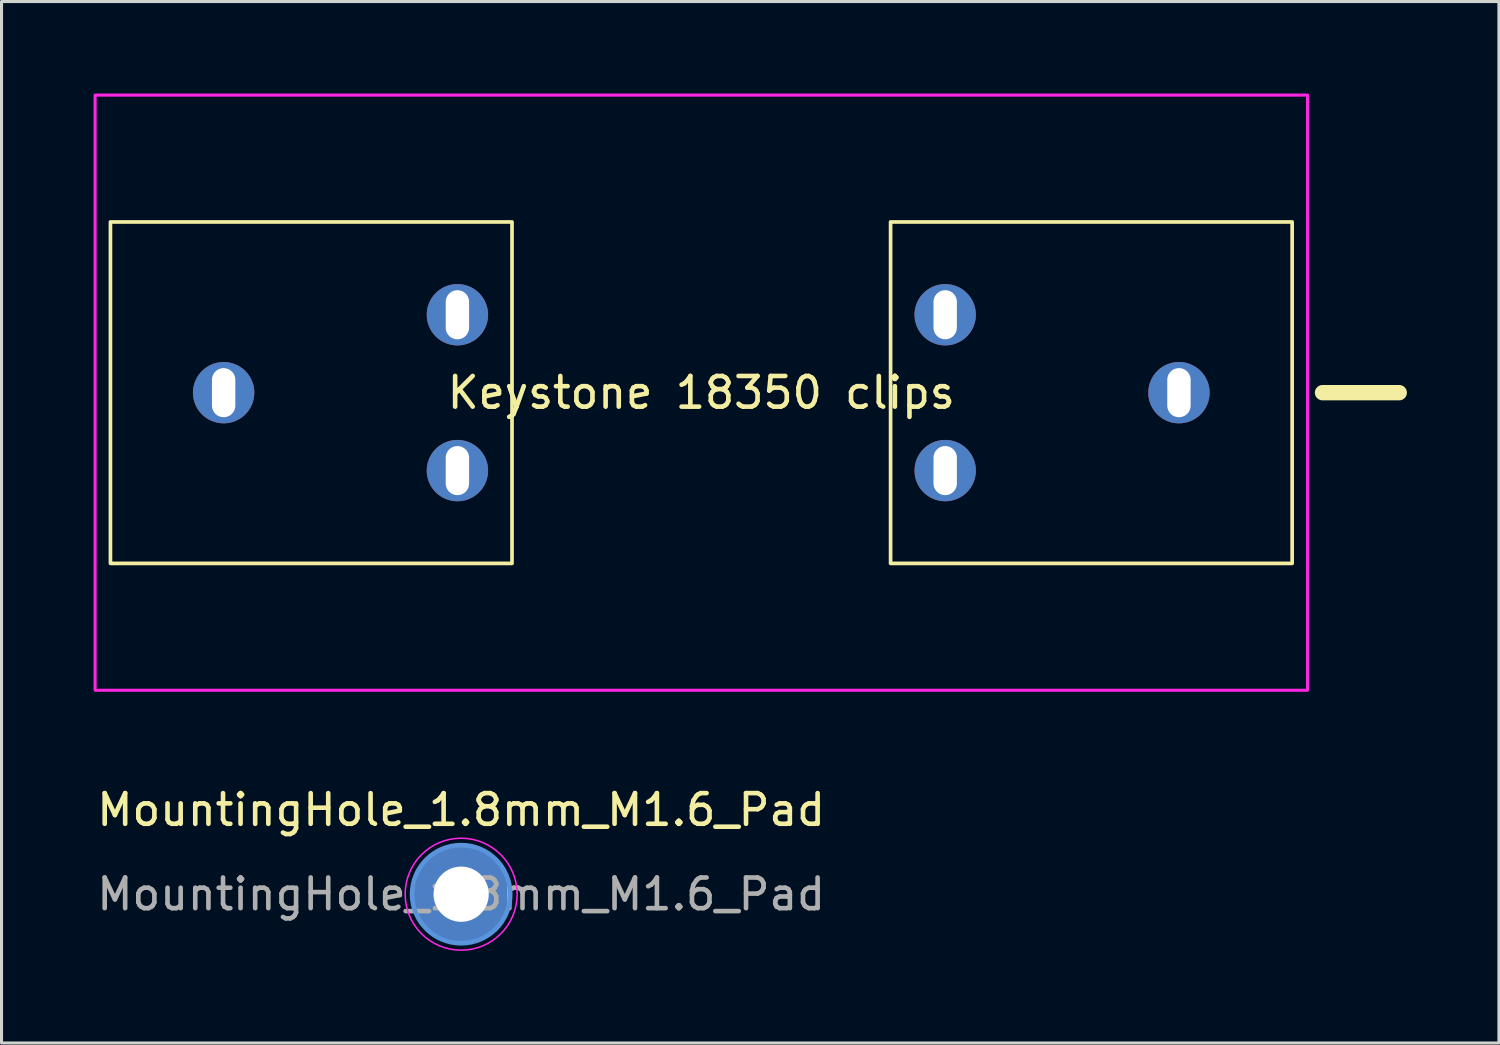
<source format=kicad_pcb>
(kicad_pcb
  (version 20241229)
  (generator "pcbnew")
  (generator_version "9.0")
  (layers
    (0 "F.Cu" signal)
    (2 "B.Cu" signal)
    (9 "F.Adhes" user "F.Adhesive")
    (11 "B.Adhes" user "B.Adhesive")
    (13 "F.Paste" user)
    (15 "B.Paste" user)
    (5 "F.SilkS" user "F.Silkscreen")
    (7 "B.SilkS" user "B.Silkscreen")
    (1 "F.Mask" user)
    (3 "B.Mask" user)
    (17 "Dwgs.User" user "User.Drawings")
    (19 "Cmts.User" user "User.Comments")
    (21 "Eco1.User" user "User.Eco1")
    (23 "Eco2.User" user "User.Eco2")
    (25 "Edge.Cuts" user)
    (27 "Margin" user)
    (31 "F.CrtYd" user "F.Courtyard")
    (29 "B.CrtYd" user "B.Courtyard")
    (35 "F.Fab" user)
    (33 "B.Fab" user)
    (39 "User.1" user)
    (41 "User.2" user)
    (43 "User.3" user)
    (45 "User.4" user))
  (footprint "MountingHole_1.8mm_M1.6_Pad"
    (layer "F.Cu")
    (at 11.982 26.098)
    (property "Reference" "MountingHole_1.8mm_M1.6_Pad" (at 0 -2.75 0) (layer "F.SilkS") (effects (font (size 1 1) (thickness 0.15))))
    (attr exclude_from_pos_files exclude_from_bom)
    (fp_circle (center 0 0) (end 1.6 0) (stroke (width 0.15) (type solid)) (fill no) (layer "Cmts.User"))
    (fp_circle (center 0 0) (end 1.825 0) (stroke (width 0.05) (type solid)) (fill no) (layer "F.CrtYd"))
    (fp_text user "${REFERENCE}" (at 0 0 0) (layer "F.Fab") (effects (font (size 1 1) (thickness 0.15))))
    (pad "1" thru_hole circle (at 0 0) (size 3.2 3.2) (drill 1.8) (layers "*.Cu" "*.Mask")))
  (footprint "Keystone 18350 clips"
    (layer "F.Cu")
    (at 19.81 9.75)
    (property "Reference" "Keystone 18350 clips" (at 0 0 0) (layer "F.SilkS") (effects (font (size 1 1) (thickness 0.15))))
    (attr through_hole)
    (fp_line (start 22.75 0) (end 20.25 0) (stroke (width 0.5) (type solid)) (layer "F.SilkS"))
    (fp_rect (start -6.17 -5.565) (end -19.26 5.565) (stroke (width 0.12) (type solid)) (fill no) (layer "F.SilkS"))
    (fp_rect (start 6.17 5.565) (end 19.26 -5.565) (stroke (width 0.12) (type solid)) (fill no) (layer "F.SilkS"))
    (fp_rect (start 17.8 9.2) (end -17.8 -9.2) (stroke (width 0.1) (type solid)) (fill no) (layer "Eco2.User"))
    (fp_rect (start 19.76 9.7) (end -19.76 -9.7) (stroke (width 0.1) (type solid)) (fill no) (layer "F.CrtYd"))
    (pad "1" thru_hole circle (at -15.57 0 270) (size 2 2) (drill oval 1.6 0.762) (layers "*.Cu" "*.Mask"))
    (pad "1" thru_hole circle (at -7.95 -2.54 270) (size 2 2) (drill oval 1.6 0.762) (layers "*.Cu" "*.Mask"))
    (pad "1" thru_hole circle (at -7.95 2.54 270) (size 2 2) (drill oval 1.6 0.762) (layers "*.Cu" "*.Mask"))
    (pad "2" thru_hole circle (at 7.95 -2.54 90) (size 2 2) (drill oval 1.6 0.762) (layers "*.Cu" "*.Mask"))
    (pad "2" thru_hole circle (at 7.95 2.54 90) (size 2 2) (drill oval 1.6 0.762) (layers "*.Cu" "*.Mask"))
    (pad "2" thru_hole circle (at 15.57 0 90) (size 2 2) (drill oval 1.6 0.762) (layers "*.Cu" "*.Mask")))
  (gr_rect
    (start -3 -3)
    (end 45.81 30.948)
    (stroke (width 0.1) (type default))
    (fill no)
    (layer "Edge.Cuts")))
</source>
